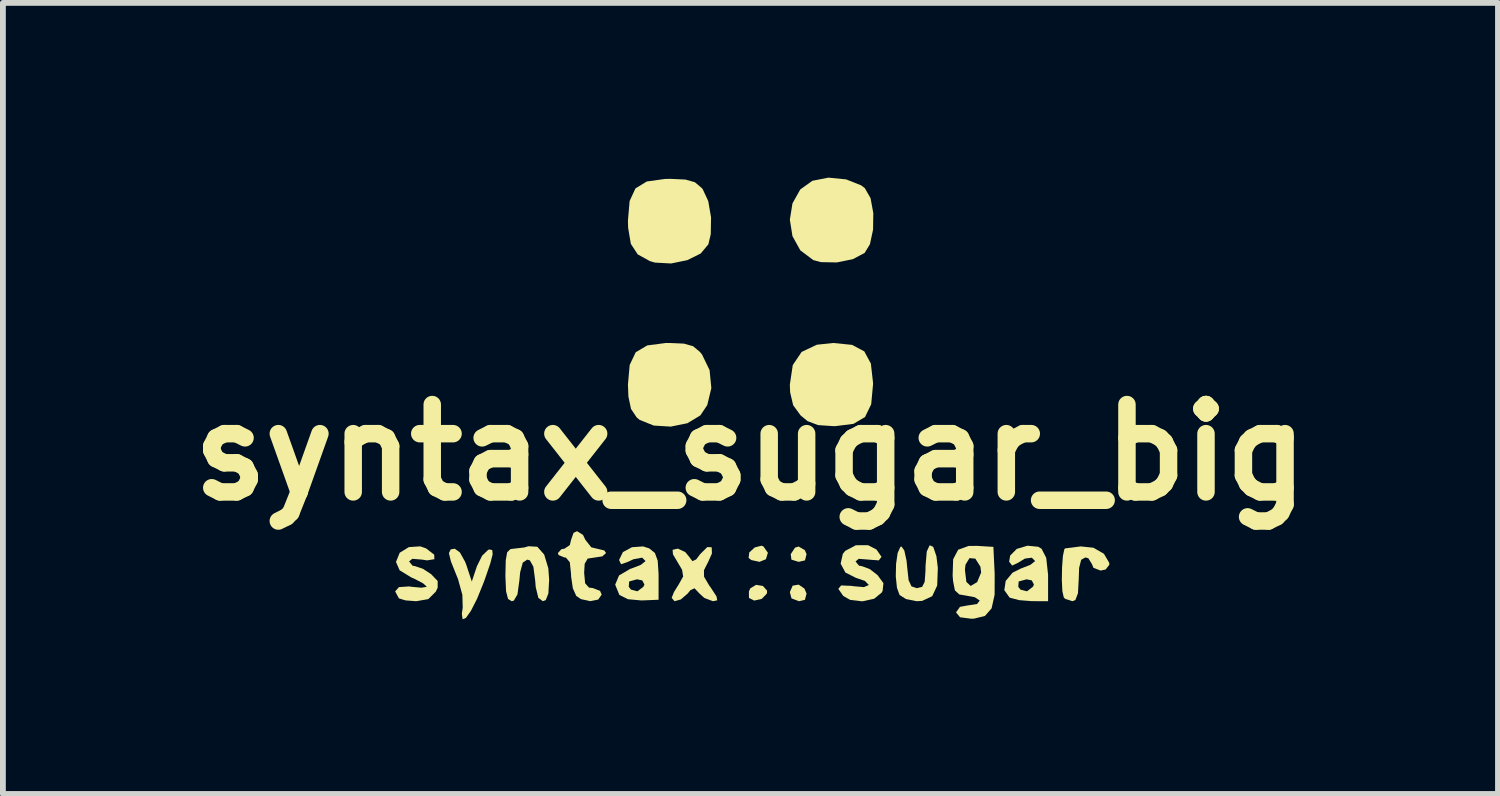
<source format=kicad_pcb>
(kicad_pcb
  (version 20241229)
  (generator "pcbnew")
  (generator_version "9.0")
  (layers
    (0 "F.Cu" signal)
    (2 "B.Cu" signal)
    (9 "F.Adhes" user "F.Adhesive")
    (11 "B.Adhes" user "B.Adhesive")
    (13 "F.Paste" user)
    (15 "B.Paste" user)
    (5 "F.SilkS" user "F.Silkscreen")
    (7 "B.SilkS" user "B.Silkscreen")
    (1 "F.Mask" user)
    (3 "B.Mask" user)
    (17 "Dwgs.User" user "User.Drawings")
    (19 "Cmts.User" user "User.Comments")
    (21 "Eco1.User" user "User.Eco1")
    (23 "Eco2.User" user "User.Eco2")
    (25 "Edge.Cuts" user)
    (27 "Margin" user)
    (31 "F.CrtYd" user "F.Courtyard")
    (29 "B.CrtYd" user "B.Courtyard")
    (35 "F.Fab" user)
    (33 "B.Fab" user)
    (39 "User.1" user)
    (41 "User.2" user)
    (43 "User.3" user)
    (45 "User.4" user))
  (footprint "syntax_sugar_big"
    (layer "F.Cu")
    (at 9.836 4.718)
    (property "Reference" "syntax_sugar_big" (at 0 0 0) (layer "F.SilkS") (effects (font (size 1.5 1.5) (thickness 0.3))))
    (attr board_only exclude_from_pos_files exclude_from_bom)
    (fp_poly (pts (xy 0.927 2.339) (xy 0.963 2.424) (xy 0.935 2.531) (xy 0.832 2.555) (xy 0.704 2.506) (xy 0.676 2.399) (xy 0.724 2.288) (xy 0.827 2.27)) (stroke (width 0) (type solid)) (fill yes) (layer "F.SilkS"))
    (fp_poly (pts (xy 0.933 1.678) (xy 0.963 1.747) (xy 0.936 1.854) (xy 0.827 1.879) (xy 0.703 1.841) (xy 0.691 1.747) (xy 0.765 1.635) (xy 0.827 1.616)) (stroke (width 0) (type solid)) (fill yes) (layer "F.SilkS"))
    (fp_poly (pts (xy 0.214 2.294) (xy 0.285 2.373) (xy 0.282 2.424) (xy 0.194 2.515) (xy 0.064 2.544) (xy -0.026 2.499) (xy -0.027 2.387) (xy -0.003 2.334) (xy 0.096 2.274)) (stroke (width 0) (type solid)) (fill yes) (layer "F.SilkS"))
    (fp_poly (pts (xy 0.222 1.614) (xy 0.299 1.723) (xy 0.265 1.834) (xy 0.155 1.879) (xy 0.014 1.848) (xy -0.032 1.812) (xy -0.021 1.718) (xy 0.073 1.632) (xy 0.188 1.602)) (stroke (width 0) (type solid)) (fill yes) (layer "F.SilkS"))
    (fp_poly (pts (xy 1.642 -4.688) (xy 1.901 -4.585) (xy 1.963 -4.538) (xy 2.062 -4.365) (xy 2.109 -4.108) (xy 2.105 -3.825) (xy 2.051 -3.574) (xy 1.96 -3.425) (xy 1.758 -3.318) (xy 1.484 -3.262) (xy 1.211 -3.267) (xy 1.079 -3.302) (xy 0.856 -3.469) (xy 0.721 -3.713) (xy 0.676 -3.996) (xy 0.721 -4.276) (xy 0.855 -4.515) (xy 1.063 -4.664) (xy 1.339 -4.718)) (stroke (width 0) (type solid)) (fill yes) (layer "F.SilkS"))
    (fp_poly (pts (xy 1.746 -1.846) (xy 1.954 -1.735) (xy 2.067 -1.526) (xy 2.104 -1.198) (xy 2.104 -1.165) (xy 2.073 -0.827) (xy 1.967 -0.608) (xy 1.768 -0.49) (xy 1.456 -0.451) (xy 1.424 -0.451) (xy 1.16 -0.469) (xy 0.98 -0.537) (xy 0.861 -0.635) (xy 0.733 -0.81) (xy 0.681 -1.031) (xy 0.676 -1.165) (xy 0.726 -1.499) (xy 0.878 -1.725) (xy 1.139 -1.849) (xy 1.424 -1.879)) (stroke (width 0) (type solid)) (fill yes) (layer "F.SilkS"))
    (fp_poly (pts (xy -1.143 -1.868) (xy -0.985 -1.823) (xy -0.868 -1.725) (xy -0.832 -1.681) (xy -0.702 -1.412) (xy -0.672 -1.104) (xy -0.742 -0.813) (xy -0.861 -0.635) (xy -1.083 -0.501) (xy -1.369 -0.443) (xy -1.661 -0.461) (xy -1.901 -0.557) (xy -1.954 -0.601) (xy -2.051 -0.746) (xy -2.096 -0.958) (xy -2.104 -1.165) (xy -2.074 -1.502) (xy -1.971 -1.719) (xy -1.773 -1.837) (xy -1.459 -1.878) (xy -1.396 -1.879)) (stroke (width 0) (type solid)) (fill yes) (layer "F.SilkS"))
    (fp_poly (pts (xy -1.117 -4.685) (xy -0.955 -4.639) (xy -0.838 -4.541) (xy -0.82 -4.519) (xy -0.725 -4.315) (xy -0.677 -4.035) (xy -0.682 -3.747) (xy -0.723 -3.573) (xy -0.855 -3.415) (xy -1.085 -3.301) (xy -1.363 -3.244) (xy -1.64 -3.259) (xy -1.728 -3.285) (xy -1.936 -3.4) (xy -2.054 -3.58) (xy -2.101 -3.857) (xy -2.104 -3.983) (xy -2.075 -4.317) (xy -1.975 -4.533) (xy -1.78 -4.652) (xy -1.471 -4.695) (xy -1.376 -4.697)) (stroke (width 0) (type solid)) (fill yes) (layer "F.SilkS"))
    (fp_poly (pts (xy -4.989 1.718) (xy -4.899 1.879) (xy -4.878 1.935) (xy -4.785 2.217) (xy -4.697 1.954) (xy -4.608 1.774) (xy -4.504 1.673) (xy -4.487 1.667) (xy -4.434 1.676) (xy -4.427 1.749) (xy -4.468 1.908) (xy -4.561 2.179) (xy -4.579 2.228) (xy -4.694 2.512) (xy -4.801 2.722) (xy -4.888 2.844) (xy -4.943 2.865) (xy -4.956 2.77) (xy -4.941 2.665) (xy -4.947 2.446) (xy -5.022 2.174) (xy -5.043 2.123) (xy -5.143 1.873) (xy -5.178 1.73) (xy -5.148 1.666) (xy -5.078 1.653)) (stroke (width 0) (type solid)) (fill yes) (layer "F.SilkS"))
    (fp_poly (pts (xy 5.889 1.637) (xy 6.069 1.741) (xy 6.159 1.894) (xy 6.162 1.928) (xy 6.099 2.01) (xy 6.012 2.029) (xy 5.889 1.982) (xy 5.862 1.916) (xy 5.801 1.817) (xy 5.749 1.804) (xy 5.678 1.844) (xy 5.643 1.983) (xy 5.636 2.179) (xy 5.623 2.419) (xy 5.579 2.534) (xy 5.528 2.555) (xy 5.404 2.515) (xy 5.379 2.489) (xy 5.355 2.381) (xy 5.346 2.193) (xy 5.35 1.975) (xy 5.364 1.781) (xy 5.389 1.663) (xy 5.402 1.648) (xy 5.503 1.636) (xy 5.671 1.614)) (stroke (width 0) (type solid)) (fill yes) (layer "F.SilkS"))
    (fp_poly (pts (xy 3.138 1.622) (xy 3.193 1.784) (xy 3.217 1.984) (xy 3.206 2.286) (xy 3.12 2.469) (xy 2.949 2.549) (xy 2.856 2.555) (xy 2.67 2.518) (xy 2.56 2.448) (xy 2.515 2.324) (xy 2.495 2.129) (xy 2.5 1.913) (xy 2.527 1.727) (xy 2.573 1.623) (xy 2.593 1.616) (xy 2.641 1.683) (xy 2.679 1.855) (xy 2.691 1.973) (xy 2.715 2.193) (xy 2.764 2.3) (xy 2.853 2.33) (xy 2.86 2.33) (xy 2.947 2.309) (xy 2.991 2.223) (xy 3.005 2.034) (xy 3.006 1.948) (xy 3.027 1.701) (xy 3.077 1.594)) (stroke (width 0) (type solid)) (fill yes) (layer "F.SilkS"))
    (fp_poly (pts (xy -3.66 1.62) (xy -3.542 1.754) (xy -3.471 1.99) (xy -3.457 2.185) (xy -3.47 2.422) (xy -3.515 2.536) (xy -3.565 2.555) (xy -3.642 2.498) (xy -3.687 2.315) (xy -3.697 2.198) (xy -3.728 1.962) (xy -3.788 1.854) (xy -3.833 1.841) (xy -3.91 1.892) (xy -3.955 2.059) (xy -3.968 2.198) (xy -4.001 2.438) (xy -4.064 2.545) (xy -4.1 2.555) (xy -4.163 2.516) (xy -4.197 2.383) (xy -4.208 2.129) (xy -4.208 2.104) (xy -4.202 1.852) (xy -4.178 1.715) (xy -4.123 1.661) (xy -4.064 1.653) (xy -3.882 1.632) (xy -3.811 1.611)) (stroke (width 0) (type solid)) (fill yes) (layer "F.SilkS"))
    (fp_poly (pts (xy 2.164 1.668) (xy 2.25 1.793) (xy 2.203 1.854) (xy 2.029 1.841) (xy 2.029 1.841) (xy 1.858 1.827) (xy 1.804 1.873) (xy 1.864 1.945) (xy 1.916 1.954) (xy 2.049 2.004) (xy 2.181 2.106) (xy 2.283 2.245) (xy 2.269 2.376) (xy 2.254 2.406) (xy 2.123 2.513) (xy 1.92 2.557) (xy 1.713 2.533) (xy 1.593 2.465) (xy 1.508 2.343) (xy 1.557 2.284) (xy 1.739 2.292) (xy 1.766 2.297) (xy 1.948 2.313) (xy 2.028 2.279) (xy 2.029 2.272) (xy 1.964 2.206) (xy 1.813 2.155) (xy 1.63 2.063) (xy 1.548 1.91) (xy 1.586 1.741) (xy 1.628 1.69) (xy 1.809 1.594) (xy 2.019 1.593)) (stroke (width 0) (type solid)) (fill yes) (layer "F.SilkS"))
    (fp_poly (pts (xy -5.57 1.648) (xy -5.43 1.756) (xy -5.428 1.834) (xy -5.555 1.854) (xy -5.636 1.841) (xy -5.807 1.827) (xy -5.862 1.873) (xy -5.801 1.946) (xy -5.757 1.954) (xy -5.625 1.998) (xy -5.484 2.09) (xy -5.371 2.208) (xy -5.371 2.323) (xy -5.403 2.391) (xy -5.532 2.519) (xy -5.739 2.555) (xy -5.924 2.541) (xy -6.034 2.507) (xy -6.037 2.505) (xy -6.101 2.387) (xy -6.036 2.313) (xy -5.861 2.301) (xy -5.824 2.307) (xy -5.651 2.323) (xy -5.564 2.309) (xy -5.561 2.303) (xy -5.623 2.247) (xy -5.777 2.167) (xy -5.824 2.147) (xy -6.024 2.024) (xy -6.087 1.881) (xy -6.023 1.723) (xy -5.866 1.626) (xy -5.671 1.613)) (stroke (width 0) (type solid)) (fill yes) (layer "F.SilkS"))
    (fp_poly (pts (xy -2.876 1.416) (xy -2.834 1.503) (xy -2.733 1.63) (xy -2.637 1.653) (xy -2.511 1.683) (xy -2.48 1.728) (xy -2.544 1.785) (xy -2.668 1.804) (xy -2.795 1.823) (xy -2.847 1.912) (xy -2.856 2.067) (xy -2.839 2.248) (xy -2.773 2.321) (xy -2.705 2.33) (xy -2.583 2.377) (xy -2.555 2.442) (xy -2.615 2.527) (xy -2.754 2.554) (xy -2.911 2.519) (xy -2.991 2.465) (xy -3.05 2.334) (xy -3.08 2.13) (xy -3.081 2.089) (xy -3.102 1.886) (xy -3.169 1.806) (xy -3.194 1.804) (xy -3.294 1.763) (xy -3.307 1.728) (xy -3.246 1.662) (xy -3.194 1.653) (xy -3.102 1.591) (xy -3.081 1.503) (xy -3.038 1.381) (xy -2.977 1.353)) (stroke (width 0) (type solid)) (fill yes) (layer "F.SilkS"))
    (fp_poly (pts (xy -0.666 1.629) (xy -0.662 1.736) (xy -0.724 1.875) (xy -0.799 2.023) (xy -0.797 2.135) (xy -0.711 2.281) (xy -0.682 2.321) (xy -0.583 2.473) (xy -0.571 2.54) (xy -0.643 2.555) (xy -0.644 2.555) (xy -0.791 2.5) (xy -0.875 2.424) (xy -0.961 2.333) (xy -1.032 2.366) (xy -1.079 2.424) (xy -1.196 2.525) (xy -1.304 2.555) (xy -1.353 2.498) (xy -1.353 2.497) (xy -1.314 2.398) (xy -1.233 2.268) (xy -1.156 2.131) (xy -1.174 2.016) (xy -1.233 1.916) (xy -1.331 1.751) (xy -1.337 1.673) (xy -1.253 1.653) (xy -1.244 1.653) (xy -1.119 1.712) (xy -1.059 1.785) (xy -0.997 1.867) (xy -0.933 1.838) (xy -0.863 1.746) (xy -0.741 1.625)) (stroke (width 0) (type solid)) (fill yes) (layer "F.SilkS"))
    (fp_poly (pts (xy 4.171 1.622) (xy 4.193 2.087) (xy 4.192 2.444) (xy 4.14 2.678) (xy 4.026 2.808) (xy 3.84 2.854) (xy 3.792 2.856) (xy 3.599 2.831) (xy 3.532 2.751) (xy 3.532 2.743) (xy 3.597 2.652) (xy 3.715 2.63) (xy 3.89 2.603) (xy 3.937 2.544) (xy 3.85 2.486) (xy 3.74 2.466) (xy 3.586 2.439) (xy 3.51 2.369) (xy 3.479 2.211) (xy 3.471 2.117) (xy 3.474 2.016) (xy 3.682 2.016) (xy 3.707 2.224) (xy 3.781 2.293) (xy 3.892 2.227) (xy 3.961 2.062) (xy 3.948 1.962) (xy 3.861 1.824) (xy 3.761 1.815) (xy 3.692 1.927) (xy 3.682 2.016) (xy 3.474 2.016) (xy 3.48 1.835) (xy 3.566 1.671) (xy 3.746 1.606) (xy 3.894 1.605)) (stroke (width 0) (type solid)) (fill yes) (layer "F.SilkS"))
    (fp_poly (pts (xy 4.939 1.62) (xy 4.998 1.654) (xy 5.078 1.81) (xy 5.11 2.101) (xy 5.11 2.151) (xy 5.11 2.555) (xy 4.828 2.554) (xy 4.615 2.537) (xy 4.46 2.497) (xy 4.446 2.489) (xy 4.358 2.364) (xy 4.367 2.308) (xy 4.598 2.308) (xy 4.636 2.356) (xy 4.748 2.385) (xy 4.85 2.306) (xy 4.867 2.269) (xy 4.83 2.198) (xy 4.741 2.179) (xy 4.605 2.216) (xy 4.598 2.308) (xy 4.367 2.308) (xy 4.382 2.207) (xy 4.5 2.065) (xy 4.64 1.995) (xy 4.805 1.931) (xy 4.884 1.869) (xy 4.885 1.863) (xy 4.831 1.808) (xy 4.712 1.823) (xy 4.6 1.892) (xy 4.494 1.943) (xy 4.441 1.877) (xy 4.459 1.771) (xy 4.572 1.657) (xy 4.756 1.602)) (stroke (width 0) (type solid)) (fill yes) (layer "F.SilkS"))
    (fp_poly (pts (xy -1.738 1.648) (xy -1.641 1.727) (xy -1.593 1.859) (xy -1.578 2.089) (xy -1.578 2.132) (xy -1.578 2.53) (xy -1.87 2.542) (xy -2.104 2.521) (xy -2.25 2.448) (xy -2.252 2.445) (xy -2.308 2.308) (xy -2.09 2.308) (xy -2.052 2.356) (xy -1.941 2.385) (xy -1.838 2.306) (xy -1.821 2.269) (xy -1.858 2.198) (xy -1.948 2.179) (xy -2.083 2.216) (xy -2.09 2.308) (xy -2.308 2.308) (xy -2.323 2.271) (xy -2.257 2.113) (xy -2.066 2) (xy -2.048 1.995) (xy -1.883 1.931) (xy -1.805 1.869) (xy -1.804 1.863) (xy -1.86 1.807) (xy -2.007 1.834) (xy -2.109 1.881) (xy -2.222 1.92) (xy -2.254 1.853) (xy -2.254 1.842) (xy -2.19 1.711) (xy -2.035 1.628) (xy -1.845 1.614)) (stroke (width 0) (type solid)) (fill yes) (layer "F.SilkS")))
  (gr_rect
    (start -3 -3)
    (end 22.671 10.583)
    (stroke (width 0.1) (type default))
    (fill no)
    (layer "Edge.Cuts")))
</source>
